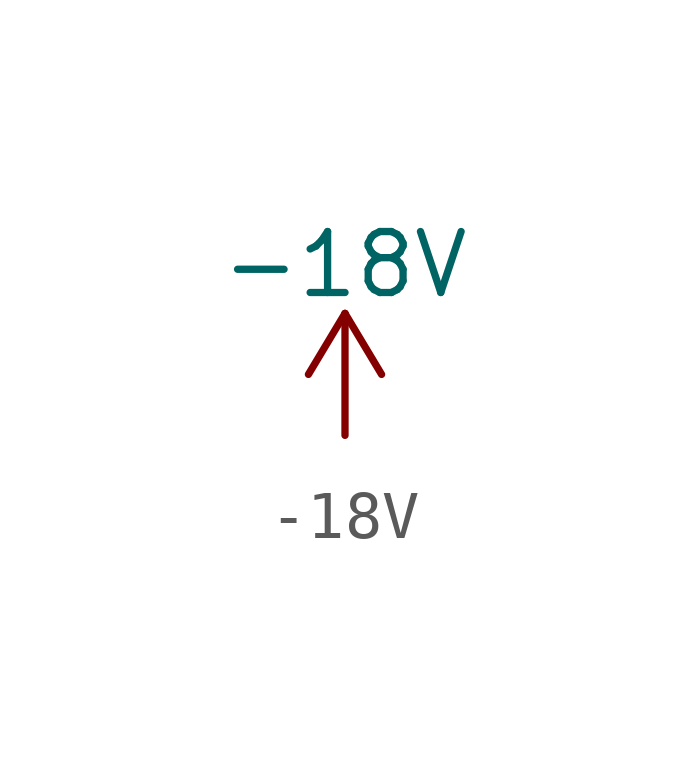
<source format=kicad_sym>
(kicad_symbol_lib
  (version 20241209)
  (generator "kicad_symbol_editor")
  (generator_version "9.0")
  (symbol "-18V"
    (power)
    (pin_names
      (offset 0))
    (property "Reference" "#PWR"
      (at 0 -3.81 0)
      (effects (font (size 1.27 1.27)) (hide yes)))
    (property "Value" "-18V"
      (at 0 3.556 0)
      (effects (font (size 1.27 1.27))))
    (symbol "-18V_0_1"
      (polyline (pts (xy -0.762 1.27) (xy 0 2.54)) (stroke (width 0) (type solid)) (fill (type none)))
      (polyline (pts (xy 0 2.54) (xy 0.762 1.27)) (stroke (width 0) (type solid)) (fill (type none)))
      (polyline (pts (xy 0 0) (xy 0 2.54)) (stroke (width 0) (type solid)) (fill (type none))))
    (symbol "-18V_1_1"
      (pin power_in line (at 0 0 90) (length 0) (hide yes) (name "-18V" (effects (font (size 1.27 1.27)))) (number "1" (effects (font (size 1.27 1.27))))))))
</source>
